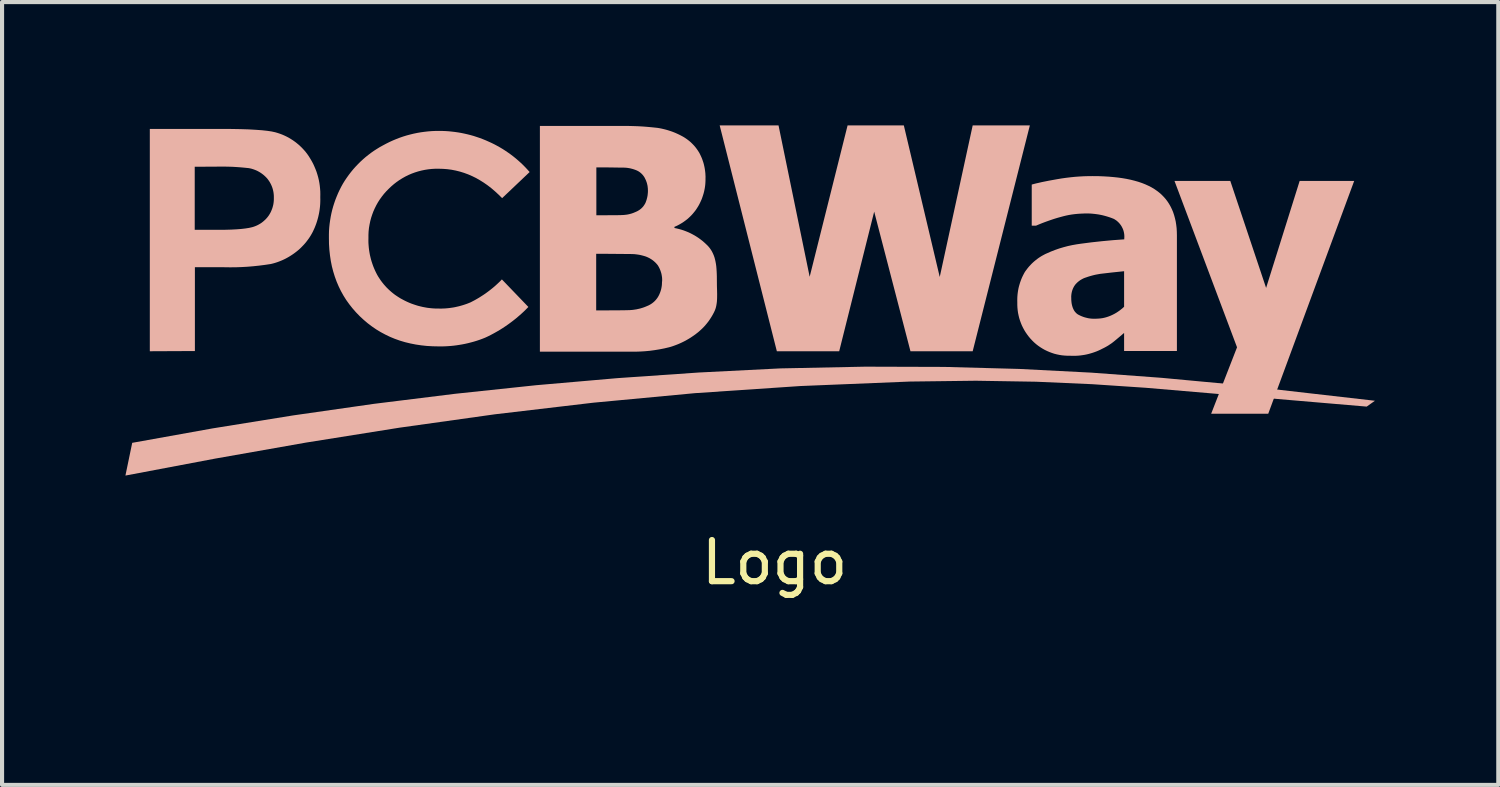
<source format=kicad_pcb>
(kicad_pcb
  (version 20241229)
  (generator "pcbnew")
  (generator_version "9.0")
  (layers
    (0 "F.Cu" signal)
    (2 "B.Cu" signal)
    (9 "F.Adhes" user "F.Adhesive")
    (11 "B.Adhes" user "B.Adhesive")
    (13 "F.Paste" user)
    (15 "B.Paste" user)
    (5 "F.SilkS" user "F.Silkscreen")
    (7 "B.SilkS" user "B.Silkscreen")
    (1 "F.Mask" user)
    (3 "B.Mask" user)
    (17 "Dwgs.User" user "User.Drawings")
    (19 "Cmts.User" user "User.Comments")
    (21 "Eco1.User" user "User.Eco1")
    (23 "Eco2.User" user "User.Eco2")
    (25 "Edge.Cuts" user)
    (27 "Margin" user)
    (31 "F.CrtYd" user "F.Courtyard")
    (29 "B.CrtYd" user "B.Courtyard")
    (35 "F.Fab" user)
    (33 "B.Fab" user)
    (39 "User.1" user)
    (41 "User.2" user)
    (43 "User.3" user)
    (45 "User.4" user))
  (footprint "Logo"
    (layer "F.Cu")
    (at 15.786 12.786)
    (property "Reference" "Logo" (at 0 -2.159 0) (unlocked yes) (layer "F.SilkS") (effects (font (size 1 1) (thickness 0.15))))
    (attr smd)
    (fp_poly (pts (xy 12.003 -5.776) (xy 10.615 -5.776) (xy 11.244 -7.391) (xy 9.723 -11.437) (xy 11.08 -11.437) (xy 11.951 -8.835) (xy 12.767 -11.437) (xy 14.093 -11.437)) (stroke (width -0.000001) (type solid)) (fill yes) (layer "B.SilkS"))
    (fp_poly (pts (xy 0.852 -9.106) (xy 1.774 -12.786) (xy 3.142 -12.786) (xy 4.015 -9.101) (xy 4.816 -12.786) (xy 6.206 -12.786) (xy 4.816 -7.295) (xy 3.303 -7.295) (xy 2.421 -10.69) (xy 1.57 -7.295) (xy 0.054 -7.295) (xy -1.336 -12.786) (xy 0.095 -12.786)) (stroke (width -0.000001) (type solid)) (fill yes) (layer "B.SilkS"))
    (fp_poly (pts (xy 4.127 -6.914) (xy 5.948 -6.865) (xy 7.698 -6.775) (xy 9.406 -6.649) (xy 11.104 -6.491) (xy 14.597 -6.091) (xy 14.397 -5.949) (xy 9.02 -6.407) (xy 7.719 -6.494) (xy 6.357 -6.554) (xy 4.894 -6.578) (xy 3.289 -6.558) (xy 0.626 -6.449) (xy -1.936 -6.276) (xy -4.408 -6.044) (xy -6.8 -5.762) (xy -9.124 -5.436) (xy -11.389 -5.075) (xy -13.606 -4.684) (xy -15.786 -4.272) (xy -15.621 -5.068) (xy -13.667 -5.419) (xy -11.707 -5.735) (xy -9.743 -6.016) (xy -7.773 -6.26) (xy -5.8 -6.469) (xy -3.823 -6.641) (xy -1.842 -6.778) (xy 0.141 -6.878) (xy 0.141 -6.878) (xy 0.141 -6.878) (xy 0.141 -6.878) (xy 0.141 -6.878) (xy 0.141 -6.878) (xy 0.141 -6.878) (xy 2.201 -6.92)) (stroke (width -0.000001) (type solid)) (fill yes) (layer "B.SilkS"))
    (fp_poly (pts (xy -13.204 -12.7) (xy -12.987 -12.696) (xy -12.793 -12.69) (xy -12.62 -12.68) (xy -12.468 -12.669) (xy -12.339 -12.655) (xy -12.231 -12.639) (xy -12.144 -12.62) (xy -12.086 -12.603) (xy -12.029 -12.584) (xy -11.973 -12.563) (xy -11.918 -12.539) (xy -11.864 -12.513) (xy -11.811 -12.485) (xy -11.76 -12.454) (xy -11.71 -12.422) (xy -11.661 -12.387) (xy -11.614 -12.35) (xy -11.568 -12.312) (xy -11.524 -12.271) (xy -11.482 -12.229) (xy -11.441 -12.185) (xy -11.402 -12.139) (xy -11.365 -12.091) (xy -11.325 -12.033) (xy -11.288 -11.973) (xy -11.253 -11.913) (xy -11.22 -11.851) (xy -11.191 -11.787) (xy -11.164 -11.723) (xy -11.139 -11.658) (xy -11.118 -11.591) (xy -11.099 -11.524) (xy -11.083 -11.457) (xy -11.07 -11.388) (xy -11.06 -11.319) (xy -11.053 -11.249) (xy -11.048 -11.179) (xy -11.047 -11.109) (xy -11.048 -11.039) (xy -11.047 -10.984) (xy -11.048 -10.93) (xy -11.05 -10.876) (xy -11.054 -10.822) (xy -11.06 -10.769) (xy -11.067 -10.715) (xy -11.076 -10.662) (xy -11.087 -10.609) (xy -11.099 -10.556) (xy -11.113 -10.504) (xy -11.128 -10.453) (xy -11.145 -10.401) (xy -11.164 -10.35) (xy -11.184 -10.3) (xy -11.206 -10.251) (xy -11.229 -10.202) (xy -11.25 -10.162) (xy -11.272 -10.124) (xy -11.295 -10.086) (xy -11.319 -10.049) (xy -11.345 -10.013) (xy -11.371 -9.978) (xy -11.398 -9.943) (xy -11.427 -9.909) (xy -11.456 -9.877) (xy -11.487 -9.845) (xy -11.518 -9.813) (xy -11.55 -9.783) (xy -11.583 -9.754) (xy -11.617 -9.726) (xy -11.652 -9.699) (xy -11.688 -9.672) (xy -11.72 -9.65) (xy -11.753 -9.628) (xy -11.786 -9.607) (xy -11.819 -9.587) (xy -11.853 -9.568) (xy -11.888 -9.549) (xy -11.922 -9.532) (xy -11.958 -9.515) (xy -11.993 -9.5) (xy -12.03 -9.485) (xy -12.066 -9.471) (xy -12.103 -9.458) (xy -12.14 -9.446) (xy -12.177 -9.435) (xy -12.215 -9.425) (xy -12.253 -9.416) (xy -12.394 -9.395) (xy -12.535 -9.377) (xy -12.676 -9.362) (xy -12.818 -9.35) (xy -12.96 -9.342) (xy -13.102 -9.337) (xy -13.244 -9.336) (xy -13.386 -9.338) (xy -14.097 -9.338) (xy -14.097 -7.3) (xy -15.193 -7.295) (xy -15.193 -11.781) (xy -14.101 -11.781) (xy -14.101 -10.248) (xy -13.505 -10.248) (xy -13.351 -10.249) (xy -13.209 -10.253) (xy -13.081 -10.26) (xy -12.966 -10.269) (xy -12.865 -10.281) (xy -12.777 -10.295) (xy -12.703 -10.312) (xy -12.67 -10.322) (xy -12.642 -10.332) (xy -12.616 -10.342) (xy -12.591 -10.353) (xy -12.566 -10.365) (xy -12.542 -10.378) (xy -12.518 -10.392) (xy -12.495 -10.406) (xy -12.472 -10.422) (xy -12.451 -10.438) (xy -12.429 -10.456) (xy -12.409 -10.474) (xy -12.389 -10.492) (xy -12.369 -10.512) (xy -12.351 -10.532) (xy -12.333 -10.553) (xy -12.316 -10.575) (xy -12.3 -10.597) (xy -12.285 -10.621) (xy -12.271 -10.645) (xy -12.257 -10.67) (xy -12.245 -10.695) (xy -12.234 -10.721) (xy -12.224 -10.747) (xy -12.214 -10.773) (xy -12.206 -10.8) (xy -12.199 -10.826) (xy -12.192 -10.854) (xy -12.187 -10.881) (xy -12.183 -10.909) (xy -12.18 -10.937) (xy -12.178 -10.964) (xy -12.177 -10.993) (xy -12.177 -11.021) (xy -12.177 -11.054) (xy -12.178 -11.087) (xy -12.181 -11.121) (xy -12.185 -11.153) (xy -12.191 -11.186) (xy -12.198 -11.218) (xy -12.207 -11.25) (xy -12.217 -11.281) (xy -12.229 -11.312) (xy -12.242 -11.342) (xy -12.257 -11.372) (xy -12.273 -11.401) (xy -12.29 -11.429) (xy -12.309 -11.456) (xy -12.329 -11.483) (xy -12.351 -11.509) (xy -12.373 -11.532) (xy -12.396 -11.554) (xy -12.419 -11.575) (xy -12.444 -11.595) (xy -12.469 -11.614) (xy -12.495 -11.632) (xy -12.522 -11.649) (xy -12.55 -11.665) (xy -12.578 -11.68) (xy -12.606 -11.693) (xy -12.636 -11.705) (xy -12.665 -11.716) (xy -12.696 -11.726) (xy -12.726 -11.735) (xy -12.757 -11.742) (xy -12.789 -11.748) (xy -12.887 -11.758) (xy -12.985 -11.767) (xy -13.083 -11.774) (xy -13.181 -11.78) (xy -13.279 -11.783) (xy -13.377 -11.785) (xy -13.476 -11.785) (xy -13.574 -11.784) (xy -14.101 -11.781) (xy -15.193 -11.781) (xy -15.193 -12.701) (xy -13.442 -12.701)) (stroke (width -0.000001) (type solid)) (fill yes) (layer "B.SilkS"))
    (fp_poly (pts (xy -8.082 -12.652) (xy -8.004 -12.649) (xy -7.927 -12.644) (xy -7.85 -12.636) (xy -7.773 -12.627) (xy -7.696 -12.616) (xy -7.62 -12.603) (xy -7.544 -12.587) (xy -7.469 -12.57) (xy -7.394 -12.551) (xy -7.319 -12.53) (xy -7.246 -12.506) (xy -7.172 -12.481) (xy -7.1 -12.454) (xy -7.028 -12.425) (xy -6.956 -12.393) (xy -6.885 -12.361) (xy -6.814 -12.326) (xy -6.745 -12.289) (xy -6.677 -12.251) (xy -6.61 -12.211) (xy -6.544 -12.168) (xy -6.479 -12.124) (xy -6.416 -12.079) (xy -6.353 -12.031) (xy -6.292 -11.982) (xy -6.233 -11.931) (xy -6.175 -11.879) (xy -6.118 -11.825) (xy -6.063 -11.769) (xy -6.009 -11.711) (xy -5.957 -11.653) (xy -6.626 -11.018) (xy -6.713 -11.104) (xy -6.801 -11.185) (xy -6.89 -11.261) (xy -6.981 -11.331) (xy -7.073 -11.395) (xy -7.166 -11.453) (xy -7.26 -11.507) (xy -7.356 -11.554) (xy -7.453 -11.596) (xy -7.551 -11.632) (xy -7.651 -11.663) (xy -7.751 -11.688) (xy -7.853 -11.708) (xy -7.957 -11.722) (xy -8.061 -11.73) (xy -8.167 -11.733) (xy -8.252 -11.733) (xy -8.337 -11.728) (xy -8.421 -11.719) (xy -8.504 -11.706) (xy -8.586 -11.689) (xy -8.667 -11.668) (xy -8.747 -11.643) (xy -8.826 -11.614) (xy -8.903 -11.581) (xy -8.978 -11.544) (xy -9.051 -11.503) (xy -9.122 -11.459) (xy -9.191 -11.411) (xy -9.258 -11.359) (xy -9.322 -11.304) (xy -9.384 -11.245) (xy -9.443 -11.185) (xy -9.499 -11.122) (xy -9.551 -11.056) (xy -9.6 -10.988) (xy -9.645 -10.918) (xy -9.686 -10.845) (xy -9.723 -10.771) (xy -9.757 -10.695) (xy -9.786 -10.617) (xy -9.812 -10.538) (xy -9.833 -10.458) (xy -9.85 -10.376) (xy -9.864 -10.294) (xy -9.873 -10.21) (xy -9.877 -10.126) (xy -9.877 -10.042) (xy -9.878 -9.984) (xy -9.877 -9.926) (xy -9.873 -9.869) (xy -9.868 -9.811) (xy -9.861 -9.754) (xy -9.852 -9.697) (xy -9.842 -9.641) (xy -9.829 -9.585) (xy -9.815 -9.529) (xy -9.799 -9.474) (xy -9.781 -9.42) (xy -9.762 -9.366) (xy -9.74 -9.312) (xy -9.717 -9.259) (xy -9.692 -9.207) (xy -9.666 -9.156) (xy -9.638 -9.108) (xy -9.608 -9.062) (xy -9.577 -9.016) (xy -9.544 -8.972) (xy -9.51 -8.929) (xy -9.474 -8.888) (xy -9.437 -8.847) (xy -9.398 -8.808) (xy -9.358 -8.771) (xy -9.317 -8.735) (xy -9.274 -8.7) (xy -9.231 -8.667) (xy -9.185 -8.636) (xy -9.139 -8.606) (xy -9.092 -8.577) (xy -9.043 -8.551) (xy -8.992 -8.524) (xy -8.94 -8.499) (xy -8.888 -8.476) (xy -8.834 -8.454) (xy -8.78 -8.435) (xy -8.726 -8.417) (xy -8.671 -8.4) (xy -8.615 -8.386) (xy -8.56 -8.373) (xy -8.503 -8.362) (xy -8.447 -8.352) (xy -8.39 -8.345) (xy -8.332 -8.339) (xy -8.275 -8.335) (xy -8.217 -8.333) (xy -8.16 -8.333) (xy -8.11 -8.332) (xy -8.061 -8.334) (xy -8.012 -8.336) (xy -7.963 -8.34) (xy -7.914 -8.345) (xy -7.865 -8.352) (xy -7.816 -8.359) (xy -7.768 -8.368) (xy -7.72 -8.379) (xy -7.672 -8.39) (xy -7.625 -8.403) (xy -7.577 -8.417) (xy -7.531 -8.432) (xy -7.484 -8.448) (xy -7.438 -8.466) (xy -7.392 -8.485) (xy -7.34 -8.512) (xy -7.287 -8.54) (xy -7.236 -8.569) (xy -7.185 -8.599) (xy -7.135 -8.631) (xy -7.085 -8.663) (xy -7.036 -8.696) (xy -6.988 -8.731) (xy -6.941 -8.766) (xy -6.894 -8.803) (xy -6.848 -8.84) (xy -6.803 -8.878) (xy -6.759 -8.918) (xy -6.716 -8.958) (xy -6.673 -8.999) (xy -6.632 -9.042) (xy -5.988 -8.372) (xy -6.045 -8.314) (xy -6.103 -8.257) (xy -6.163 -8.202) (xy -6.224 -8.149) (xy -6.286 -8.096) (xy -6.349 -8.046) (xy -6.413 -7.997) (xy -6.479 -7.949) (xy -6.545 -7.903) (xy -6.613 -7.858) (xy -6.681 -7.815) (xy -6.751 -7.774) (xy -6.822 -7.734) (xy -6.893 -7.696) (xy -6.966 -7.659) (xy -7.039 -7.625) (xy -7.107 -7.598) (xy -7.175 -7.573) (xy -7.244 -7.55) (xy -7.313 -7.529) (xy -7.383 -7.51) (xy -7.453 -7.492) (xy -7.524 -7.476) (xy -7.595 -7.462) (xy -7.666 -7.45) (xy -7.738 -7.439) (xy -7.81 -7.43) (xy -7.882 -7.423) (xy -7.955 -7.418) (xy -8.027 -7.414) (xy -8.1 -7.413) (xy -8.172 -7.413) (xy -8.316 -7.416) (xy -8.457 -7.424) (xy -8.595 -7.439) (xy -8.729 -7.459) (xy -8.86 -7.485) (xy -8.988 -7.516) (xy -9.112 -7.553) (xy -9.233 -7.596) (xy -9.352 -7.645) (xy -9.466 -7.7) (xy -9.578 -7.76) (xy -9.687 -7.826) (xy -9.792 -7.898) (xy -9.894 -7.975) (xy -9.992 -8.058) (xy -10.088 -8.147) (xy -10.179 -8.241) (xy -10.264 -8.338) (xy -10.343 -8.438) (xy -10.417 -8.541) (xy -10.484 -8.648) (xy -10.546 -8.759) (xy -10.601 -8.872) (xy -10.651 -8.989) (xy -10.695 -9.11) (xy -10.733 -9.233) (xy -10.766 -9.36) (xy -10.792 -9.491) (xy -10.812 -9.625) (xy -10.827 -9.762) (xy -10.836 -9.902) (xy -10.838 -10.046) (xy -10.838 -10.133) (xy -10.836 -10.219) (xy -10.83 -10.306) (xy -10.821 -10.392) (xy -10.809 -10.477) (xy -10.795 -10.562) (xy -10.778 -10.647) (xy -10.758 -10.731) (xy -10.735 -10.814) (xy -10.709 -10.896) (xy -10.681 -10.977) (xy -10.649 -11.058) (xy -10.616 -11.137) (xy -10.579 -11.216) (xy -10.54 -11.293) (xy -10.498 -11.369) (xy -10.453 -11.442) (xy -10.405 -11.513) (xy -10.355 -11.583) (xy -10.303 -11.651) (xy -10.249 -11.717) (xy -10.193 -11.78) (xy -10.134 -11.842) (xy -10.074 -11.902) (xy -10.011 -11.96) (xy -9.947 -12.016) (xy -9.88 -12.069) (xy -9.812 -12.121) (xy -9.742 -12.17) (xy -9.67 -12.216) (xy -9.597 -12.261) (xy -9.522 -12.302) (xy -9.443 -12.344) (xy -9.363 -12.384) (xy -9.282 -12.421) (xy -9.2 -12.455) (xy -9.117 -12.487) (xy -9.033 -12.516) (xy -8.949 -12.542) (xy -8.863 -12.565) (xy -8.777 -12.586) (xy -8.69 -12.604) (xy -8.603 -12.619) (xy -8.515 -12.631) (xy -8.427 -12.641) (xy -8.338 -12.648) (xy -8.249 -12.652) (xy -8.16 -12.653)) (stroke (width -0.000001) (type solid)) (fill yes) (layer "B.SilkS"))
    (fp_poly (pts (xy 7.866 -11.553) (xy 7.993 -11.548) (xy 8.115 -11.541) (xy 8.233 -11.531) (xy 8.346 -11.519) (xy 8.455 -11.504) (xy 8.559 -11.486) (xy 8.659 -11.465) (xy 8.754 -11.441) (xy 8.845 -11.415) (xy 8.931 -11.386) (xy 9.012 -11.354) (xy 9.089 -11.319) (xy 9.162 -11.282) (xy 9.23 -11.241) (xy 9.293 -11.198) (xy 9.352 -11.153) (xy 9.408 -11.104) (xy 9.459 -11.052) (xy 9.507 -10.998) (xy 9.551 -10.94) (xy 9.591 -10.879) (xy 9.627 -10.816) (xy 9.66 -10.749) (xy 9.689 -10.68) (xy 9.713 -10.608) (xy 9.734 -10.532) (xy 9.752 -10.454) (xy 9.765 -10.373) (xy 9.775 -10.289) (xy 9.78 -10.202) (xy 9.782 -10.112) (xy 9.782 -7.301) (xy 8.498 -7.301) (xy 8.498 -7.74) (xy 8.494 -7.737) (xy 8.369 -7.631) (xy 8.256 -7.537) (xy 8.223 -7.511) (xy 8.19 -7.486) (xy 8.155 -7.463) (xy 8.121 -7.44) (xy 8.085 -7.418) (xy 8.049 -7.398) (xy 8.012 -7.378) (xy 7.975 -7.36) (xy 7.928 -7.336) (xy 7.881 -7.314) (xy 7.834 -7.294) (xy 7.786 -7.276) (xy 7.737 -7.259) (xy 7.688 -7.244) (xy 7.638 -7.23) (xy 7.588 -7.218) (xy 7.538 -7.208) (xy 7.487 -7.2) (xy 7.436 -7.193) (xy 7.384 -7.188) (xy 7.333 -7.185) (xy 7.281 -7.184) (xy 7.229 -7.184) (xy 7.178 -7.186) (xy 7.114 -7.186) (xy 7.05 -7.19) (xy 6.987 -7.196) (xy 6.924 -7.206) (xy 6.862 -7.219) (xy 6.802 -7.234) (xy 6.742 -7.254) (xy 6.683 -7.276) (xy 6.625 -7.301) (xy 6.569 -7.328) (xy 6.514 -7.359) (xy 6.46 -7.393) (xy 6.408 -7.429) (xy 6.358 -7.468) (xy 6.31 -7.51) (xy 6.264 -7.555) (xy 6.22 -7.602) (xy 6.179 -7.651) (xy 6.14 -7.703) (xy 6.104 -7.755) (xy 6.07 -7.81) (xy 6.04 -7.866) (xy 6.012 -7.923) (xy 5.988 -7.982) (xy 5.966 -8.042) (xy 5.947 -8.103) (xy 5.932 -8.165) (xy 5.919 -8.227) (xy 5.91 -8.291) (xy 5.904 -8.355) (xy 5.901 -8.419) (xy 5.901 -8.484) (xy 5.9 -8.533) (xy 5.901 -8.581) (xy 5.902 -8.614) (xy 7.212 -8.614) (xy 7.213 -8.593) (xy 7.213 -8.557) (xy 7.215 -8.523) (xy 7.218 -8.49) (xy 7.222 -8.459) (xy 7.228 -8.429) (xy 7.235 -8.4) (xy 7.243 -8.373) (xy 7.252 -8.347) (xy 7.263 -8.323) (xy 7.274 -8.3) (xy 7.287 -8.278) (xy 7.301 -8.258) (xy 7.317 -8.24) (xy 7.333 -8.223) (xy 7.351 -8.207) (xy 7.37 -8.193) (xy 7.397 -8.178) (xy 7.424 -8.165) (xy 7.451 -8.152) (xy 7.479 -8.141) (xy 7.507 -8.13) (xy 7.535 -8.121) (xy 7.564 -8.113) (xy 7.593 -8.106) (xy 7.622 -8.099) (xy 7.652 -8.094) (xy 7.682 -8.09) (xy 7.711 -8.087) (xy 7.741 -8.086) (xy 7.771 -8.085) (xy 7.802 -8.085) (xy 7.832 -8.087) (xy 7.854 -8.088) (xy 7.876 -8.089) (xy 7.899 -8.091) (xy 7.921 -8.093) (xy 7.943 -8.096) (xy 7.965 -8.099) (xy 7.987 -8.103) (xy 8.009 -8.108) (xy 8.031 -8.113) (xy 8.053 -8.119) (xy 8.074 -8.125) (xy 8.095 -8.132) (xy 8.116 -8.139) (xy 8.137 -8.147) (xy 8.158 -8.155) (xy 8.179 -8.164) (xy 8.201 -8.174) (xy 8.222 -8.184) (xy 8.244 -8.195) (xy 8.265 -8.206) (xy 8.286 -8.218) (xy 8.307 -8.23) (xy 8.327 -8.243) (xy 8.347 -8.256) (xy 8.367 -8.27) (xy 8.386 -8.283) (xy 8.405 -8.298) (xy 8.424 -8.313) (xy 8.443 -8.328) (xy 8.461 -8.343) (xy 8.479 -8.359) (xy 8.496 -8.376) (xy 8.498 -8.375) (xy 8.498 -9.241) (xy 8.201 -9.21) (xy 7.969 -9.183) (xy 7.918 -9.177) (xy 7.868 -9.168) (xy 7.817 -9.159) (xy 7.767 -9.148) (xy 7.717 -9.135) (xy 7.668 -9.121) (xy 7.619 -9.106) (xy 7.57 -9.089) (xy 7.551 -9.083) (xy 7.532 -9.076) (xy 7.513 -9.068) (xy 7.495 -9.059) (xy 7.477 -9.05) (xy 7.46 -9.04) (xy 7.442 -9.03) (xy 7.425 -9.019) (xy 7.409 -9.007) (xy 7.393 -8.995) (xy 7.377 -8.982) (xy 7.362 -8.969) (xy 7.348 -8.955) (xy 7.334 -8.941) (xy 7.32 -8.926) (xy 7.307 -8.91) (xy 7.295 -8.893) (xy 7.283 -8.875) (xy 7.273 -8.857) (xy 7.263 -8.838) (xy 7.254 -8.819) (xy 7.246 -8.799) (xy 7.239 -8.78) (xy 7.233 -8.76) (xy 7.227 -8.739) (xy 7.223 -8.719) (xy 7.219 -8.698) (xy 7.216 -8.677) (xy 7.214 -8.656) (xy 7.212 -8.635) (xy 7.212 -8.614) (xy 5.902 -8.614) (xy 5.903 -8.629) (xy 5.907 -8.678) (xy 5.913 -8.726) (xy 5.92 -8.773) (xy 5.929 -8.821) (xy 5.94 -8.868) (xy 5.953 -8.914) (xy 5.967 -8.96) (xy 5.983 -9.006) (xy 6 -9.051) (xy 6.019 -9.096) (xy 6.04 -9.139) (xy 6.062 -9.182) (xy 6.086 -9.225) (xy 6.112 -9.261) (xy 6.138 -9.296) (xy 6.166 -9.331) (xy 6.194 -9.364) (xy 6.224 -9.396) (xy 6.255 -9.428) (xy 6.287 -9.458) (xy 6.32 -9.487) (xy 6.353 -9.514) (xy 6.388 -9.541) (xy 6.424 -9.567) (xy 6.461 -9.591) (xy 6.498 -9.614) (xy 6.537 -9.635) (xy 6.576 -9.656) (xy 6.616 -9.674) (xy 6.716 -9.718) (xy 6.818 -9.758) (xy 6.921 -9.794) (xy 7.026 -9.825) (xy 7.131 -9.853) (xy 7.238 -9.876) (xy 7.345 -9.895) (xy 7.454 -9.911) (xy 7.702 -9.943) (xy 7.959 -9.971) (xy 8.226 -9.996) (xy 8.502 -10.016) (xy 8.502 -10.039) (xy 8.503 -10.057) (xy 8.504 -10.075) (xy 8.504 -10.093) (xy 8.503 -10.111) (xy 8.502 -10.129) (xy 8.5 -10.147) (xy 8.497 -10.164) (xy 8.494 -10.182) (xy 8.49 -10.199) (xy 8.486 -10.216) (xy 8.481 -10.233) (xy 8.475 -10.25) (xy 8.469 -10.266) (xy 8.462 -10.282) (xy 8.454 -10.298) (xy 8.446 -10.314) (xy 8.438 -10.329) (xy 8.429 -10.344) (xy 8.419 -10.359) (xy 8.409 -10.373) (xy 8.398 -10.387) (xy 8.387 -10.401) (xy 8.375 -10.414) (xy 8.363 -10.427) (xy 8.351 -10.439) (xy 8.337 -10.451) (xy 8.324 -10.463) (xy 8.31 -10.474) (xy 8.295 -10.484) (xy 8.28 -10.494) (xy 8.265 -10.504) (xy 8.249 -10.513) (xy 8.204 -10.531) (xy 8.158 -10.548) (xy 8.112 -10.563) (xy 8.066 -10.577) (xy 8.019 -10.59) (xy 7.972 -10.602) (xy 7.925 -10.612) (xy 7.877 -10.621) (xy 7.829 -10.628) (xy 7.781 -10.634) (xy 7.733 -10.639) (xy 7.685 -10.643) (xy 7.637 -10.645) (xy 7.588 -10.646) (xy 7.539 -10.645) (xy 7.491 -10.643) (xy 7.423 -10.64) (xy 7.355 -10.635) (xy 7.288 -10.628) (xy 7.22 -10.619) (xy 7.154 -10.608) (xy 7.087 -10.594) (xy 7.021 -10.578) (xy 6.955 -10.56) (xy 6.879 -10.539) (xy 6.803 -10.516) (xy 6.728 -10.491) (xy 6.653 -10.465) (xy 6.578 -10.438) (xy 6.504 -10.41) (xy 6.43 -10.38) (xy 6.357 -10.349) (xy 6.252 -10.349) (xy 6.252 -11.348) (xy 6.303 -11.362) (xy 6.362 -11.377) (xy 6.429 -11.392) (xy 6.502 -11.409) (xy 6.672 -11.443) (xy 6.871 -11.479) (xy 6.978 -11.497) (xy 7.085 -11.512) (xy 7.193 -11.525) (xy 7.301 -11.536) (xy 7.409 -11.544) (xy 7.517 -11.55) (xy 7.626 -11.553) (xy 7.734 -11.554)) (stroke (width -0.000001) (type solid)) (fill yes) (layer "B.SilkS"))
    (fp_poly (pts (xy -3.538 -12.773) (xy -3.423 -12.77) (xy -3.309 -12.766) (xy -3.194 -12.759) (xy -3.08 -12.75) (xy -2.965 -12.739) (xy -2.851 -12.727) (xy -2.813 -12.721) (xy -2.775 -12.714) (xy -2.737 -12.706) (xy -2.699 -12.697) (xy -2.662 -12.688) (xy -2.625 -12.678) (xy -2.588 -12.667) (xy -2.551 -12.655) (xy -2.514 -12.643) (xy -2.478 -12.63) (xy -2.442 -12.616) (xy -2.406 -12.601) (xy -2.371 -12.585) (xy -2.336 -12.569) (xy -2.301 -12.552) (xy -2.267 -12.534) (xy -2.233 -12.516) (xy -2.199 -12.496) (xy -2.167 -12.475) (xy -2.135 -12.453) (xy -2.104 -12.43) (xy -2.074 -12.406) (xy -2.044 -12.381) (xy -2.016 -12.354) (xy -1.989 -12.327) (xy -1.962 -12.299) (xy -1.937 -12.27) (xy -1.913 -12.24) (xy -1.89 -12.209) (xy -1.868 -12.177) (xy -1.847 -12.144) (xy -1.827 -12.111) (xy -1.809 -12.075) (xy -1.792 -12.039) (xy -1.776 -12.003) (xy -1.761 -11.966) (xy -1.748 -11.928) (xy -1.735 -11.89) (xy -1.724 -11.852) (xy -1.715 -11.814) (xy -1.706 -11.775) (xy -1.699 -11.736) (xy -1.693 -11.697) (xy -1.688 -11.657) (xy -1.684 -11.618) (xy -1.682 -11.578) (xy -1.68 -11.538) (xy -1.681 -11.498) (xy -1.681 -11.451) (xy -1.683 -11.403) (xy -1.686 -11.356) (xy -1.691 -11.31) (xy -1.698 -11.263) (xy -1.707 -11.217) (xy -1.717 -11.171) (xy -1.729 -11.126) (xy -1.743 -11.081) (xy -1.758 -11.036) (xy -1.774 -10.992) (xy -1.793 -10.949) (xy -1.813 -10.906) (xy -1.834 -10.864) (xy -1.857 -10.823) (xy -1.882 -10.783) (xy -1.907 -10.744) (xy -1.934 -10.707) (xy -1.963 -10.671) (xy -1.992 -10.636) (xy -2.023 -10.602) (xy -2.055 -10.57) (xy -2.089 -10.538) (xy -2.123 -10.508) (xy -2.159 -10.48) (xy -2.196 -10.453) (xy -2.233 -10.427) (xy -2.272 -10.403) (xy -2.312 -10.38) (xy -2.352 -10.358) (xy -2.394 -10.338) (xy -2.436 -10.32) (xy -2.436 -10.292) (xy -2.378 -10.28) (xy -2.321 -10.266) (xy -2.264 -10.25) (xy -2.209 -10.232) (xy -2.154 -10.211) (xy -2.099 -10.189) (xy -2.046 -10.164) (xy -1.994 -10.137) (xy -1.943 -10.109) (xy -1.893 -10.078) (xy -1.845 -10.046) (xy -1.797 -10.011) (xy -1.751 -9.975) (xy -1.706 -9.936) (xy -1.663 -9.896) (xy -1.621 -9.854) (xy -1.603 -9.834) (xy -1.585 -9.812) (xy -1.569 -9.791) (xy -1.554 -9.769) (xy -1.539 -9.746) (xy -1.526 -9.724) (xy -1.502 -9.677) (xy -1.481 -9.629) (xy -1.463 -9.579) (xy -1.449 -9.527) (xy -1.437 -9.473) (xy -1.427 -9.418) (xy -1.419 -9.361) (xy -1.414 -9.302) (xy -1.41 -9.241) (xy -1.407 -9.178) (xy -1.405 -9.114) (xy -1.404 -8.978) (xy -1.404 -8.982) (xy -1.403 -8.881) (xy -1.4 -8.781) (xy -1.398 -8.684) (xy -1.399 -8.589) (xy -1.401 -8.544) (xy -1.404 -8.498) (xy -1.41 -8.454) (xy -1.417 -8.411) (xy -1.426 -8.369) (xy -1.438 -8.328) (xy -1.453 -8.288) (xy -1.471 -8.249) (xy -1.49 -8.212) (xy -1.51 -8.175) (xy -1.531 -8.139) (xy -1.553 -8.104) (xy -1.576 -8.069) (xy -1.599 -8.035) (xy -1.624 -8.002) (xy -1.65 -7.969) (xy -1.677 -7.937) (xy -1.704 -7.906) (xy -1.732 -7.876) (xy -1.762 -7.846) (xy -1.792 -7.818) (xy -1.823 -7.79) (xy -1.854 -7.763) (xy -1.887 -7.737) (xy -1.925 -7.707) (xy -1.964 -7.679) (xy -2.004 -7.652) (xy -2.044 -7.625) (xy -2.085 -7.6) (xy -2.126 -7.576) (xy -2.168 -7.552) (xy -2.211 -7.53) (xy -2.254 -7.509) (xy -2.297 -7.489) (xy -2.341 -7.47) (xy -2.386 -7.452) (xy -2.431 -7.435) (xy -2.476 -7.419) (xy -2.522 -7.404) (xy -2.569 -7.391) (xy -2.684 -7.364) (xy -2.801 -7.341) (xy -2.918 -7.322) (xy -3.035 -7.306) (xy -3.154 -7.295) (xy -3.272 -7.288) (xy -3.391 -7.284) (xy -3.509 -7.285) (xy -5.708 -7.285) (xy -5.708 -8.288) (xy -4.339 -8.288) (xy -4.264 -8.288) (xy -3.81 -8.29) (xy -3.646 -8.292) (xy -3.523 -8.295) (xy -3.496 -8.297) (xy -3.469 -8.299) (xy -3.441 -8.302) (xy -3.414 -8.306) (xy -3.387 -8.31) (xy -3.36 -8.314) (xy -3.334 -8.32) (xy -3.307 -8.326) (xy -3.28 -8.332) (xy -3.254 -8.339) (xy -3.228 -8.347) (xy -3.202 -8.355) (xy -3.176 -8.364) (xy -3.15 -8.374) (xy -3.125 -8.384) (xy -3.1 -8.395) (xy -3.078 -8.404) (xy -3.057 -8.414) (xy -3.037 -8.425) (xy -3.017 -8.436) (xy -2.997 -8.449) (xy -2.978 -8.462) (xy -2.96 -8.476) (xy -2.942 -8.491) (xy -2.925 -8.506) (xy -2.909 -8.522) (xy -2.893 -8.539) (xy -2.878 -8.557) (xy -2.864 -8.575) (xy -2.85 -8.594) (xy -2.838 -8.613) (xy -2.826 -8.633) (xy -2.815 -8.654) (xy -2.805 -8.674) (xy -2.796 -8.696) (xy -2.787 -8.717) (xy -2.779 -8.739) (xy -2.772 -8.76) (xy -2.765 -8.782) (xy -2.759 -8.805) (xy -2.754 -8.827) (xy -2.75 -8.85) (xy -2.746 -8.872) (xy -2.743 -8.895) (xy -2.741 -8.918) (xy -2.74 -8.941) (xy -2.739 -8.964) (xy -2.739 -8.988) (xy -2.736 -8.989) (xy -2.735 -9.015) (xy -2.735 -9.041) (xy -2.736 -9.067) (xy -2.738 -9.094) (xy -2.742 -9.119) (xy -2.746 -9.145) (xy -2.751 -9.171) (xy -2.757 -9.196) (xy -2.765 -9.221) (xy -2.773 -9.246) (xy -2.782 -9.27) (xy -2.792 -9.294) (xy -2.803 -9.318) (xy -2.815 -9.341) (xy -2.828 -9.364) (xy -2.842 -9.387) (xy -2.857 -9.405) (xy -2.873 -9.424) (xy -2.889 -9.441) (xy -2.906 -9.458) (xy -2.924 -9.474) (xy -2.942 -9.49) (xy -2.961 -9.505) (xy -2.98 -9.519) (xy -3 -9.532) (xy -3.021 -9.545) (xy -3.041 -9.557) (xy -3.063 -9.568) (xy -3.084 -9.578) (xy -3.106 -9.588) (xy -3.129 -9.597) (xy -3.152 -9.605) (xy -3.194 -9.617) (xy -3.236 -9.628) (xy -3.279 -9.638) (xy -3.322 -9.645) (xy -3.365 -9.651) (xy -3.409 -9.656) (xy -3.453 -9.658) (xy -3.497 -9.659) (xy -4.084 -9.664) (xy -4.339 -9.664) (xy -4.339 -8.288) (xy -5.708 -8.288) (xy -5.708 -10.602) (xy -4.335 -10.602) (xy -4.16 -10.602) (xy -3.86 -10.603) (xy -3.749 -10.605) (xy -3.704 -10.607) (xy -3.665 -10.609) (xy -3.646 -10.611) (xy -3.627 -10.613) (xy -3.608 -10.615) (xy -3.589 -10.618) (xy -3.57 -10.621) (xy -3.552 -10.625) (xy -3.533 -10.629) (xy -3.515 -10.634) (xy -3.496 -10.639) (xy -3.478 -10.644) (xy -3.46 -10.65) (xy -3.442 -10.657) (xy -3.424 -10.663) (xy -3.407 -10.671) (xy -3.389 -10.678) (xy -3.372 -10.686) (xy -3.353 -10.694) (xy -3.335 -10.703) (xy -3.318 -10.713) (xy -3.301 -10.723) (xy -3.284 -10.734) (xy -3.268 -10.746) (xy -3.253 -10.758) (xy -3.238 -10.771) (xy -3.224 -10.785) (xy -3.21 -10.799) (xy -3.197 -10.814) (xy -3.185 -10.83) (xy -3.174 -10.846) (xy -3.163 -10.863) (xy -3.153 -10.88) (xy -3.143 -10.898) (xy -3.135 -10.917) (xy -3.128 -10.936) (xy -3.121 -10.955) (xy -3.115 -10.974) (xy -3.109 -10.994) (xy -3.104 -11.014) (xy -3.099 -11.033) (xy -3.095 -11.053) (xy -3.091 -11.073) (xy -3.088 -11.093) (xy -3.086 -11.114) (xy -3.084 -11.134) (xy -3.082 -11.154) (xy -3.081 -11.175) (xy -3.081 -11.195) (xy -3.081 -11.215) (xy -3.082 -11.22) (xy -3.082 -11.237) (xy -3.083 -11.255) (xy -3.085 -11.273) (xy -3.087 -11.291) (xy -3.089 -11.308) (xy -3.092 -11.326) (xy -3.096 -11.343) (xy -3.1 -11.36) (xy -3.104 -11.377) (xy -3.109 -11.394) (xy -3.115 -11.411) (xy -3.121 -11.428) (xy -3.127 -11.444) (xy -3.134 -11.461) (xy -3.142 -11.477) (xy -3.15 -11.493) (xy -3.158 -11.51) (xy -3.167 -11.526) (xy -3.177 -11.542) (xy -3.188 -11.557) (xy -3.199 -11.572) (xy -3.211 -11.586) (xy -3.224 -11.6) (xy -3.237 -11.613) (xy -3.251 -11.626) (xy -3.265 -11.638) (xy -3.28 -11.649) (xy -3.295 -11.66) (xy -3.311 -11.67) (xy -3.327 -11.679) (xy -3.344 -11.687) (xy -3.361 -11.695) (xy -3.381 -11.703) (xy -3.4 -11.71) (xy -3.42 -11.717) (xy -3.439 -11.723) (xy -3.459 -11.729) (xy -3.479 -11.734) (xy -3.499 -11.739) (xy -3.519 -11.744) (xy -3.54 -11.747) (xy -3.56 -11.751) (xy -3.581 -11.754) (xy -3.601 -11.756) (xy -3.622 -11.758) (xy -3.643 -11.759) (xy -3.663 -11.76) (xy -3.684 -11.76) (xy -3.788 -11.761) (xy -3.916 -11.763) (xy -4.066 -11.765) (xy -4.239 -11.766) (xy -4.335 -11.766) (xy -4.335 -10.602) (xy -5.708 -10.602) (xy -5.708 -12.773) (xy -3.768 -12.773) (xy -3.653 -12.774)) (stroke (width -0.000001) (type solid)) (fill yes) (layer "B.SilkS")))
  (gr_rect
    (start -3 -3)
    (end 33.383 16.036)
    (stroke (width 0.1) (type default))
    (fill no)
    (layer "Edge.Cuts")))
</source>
